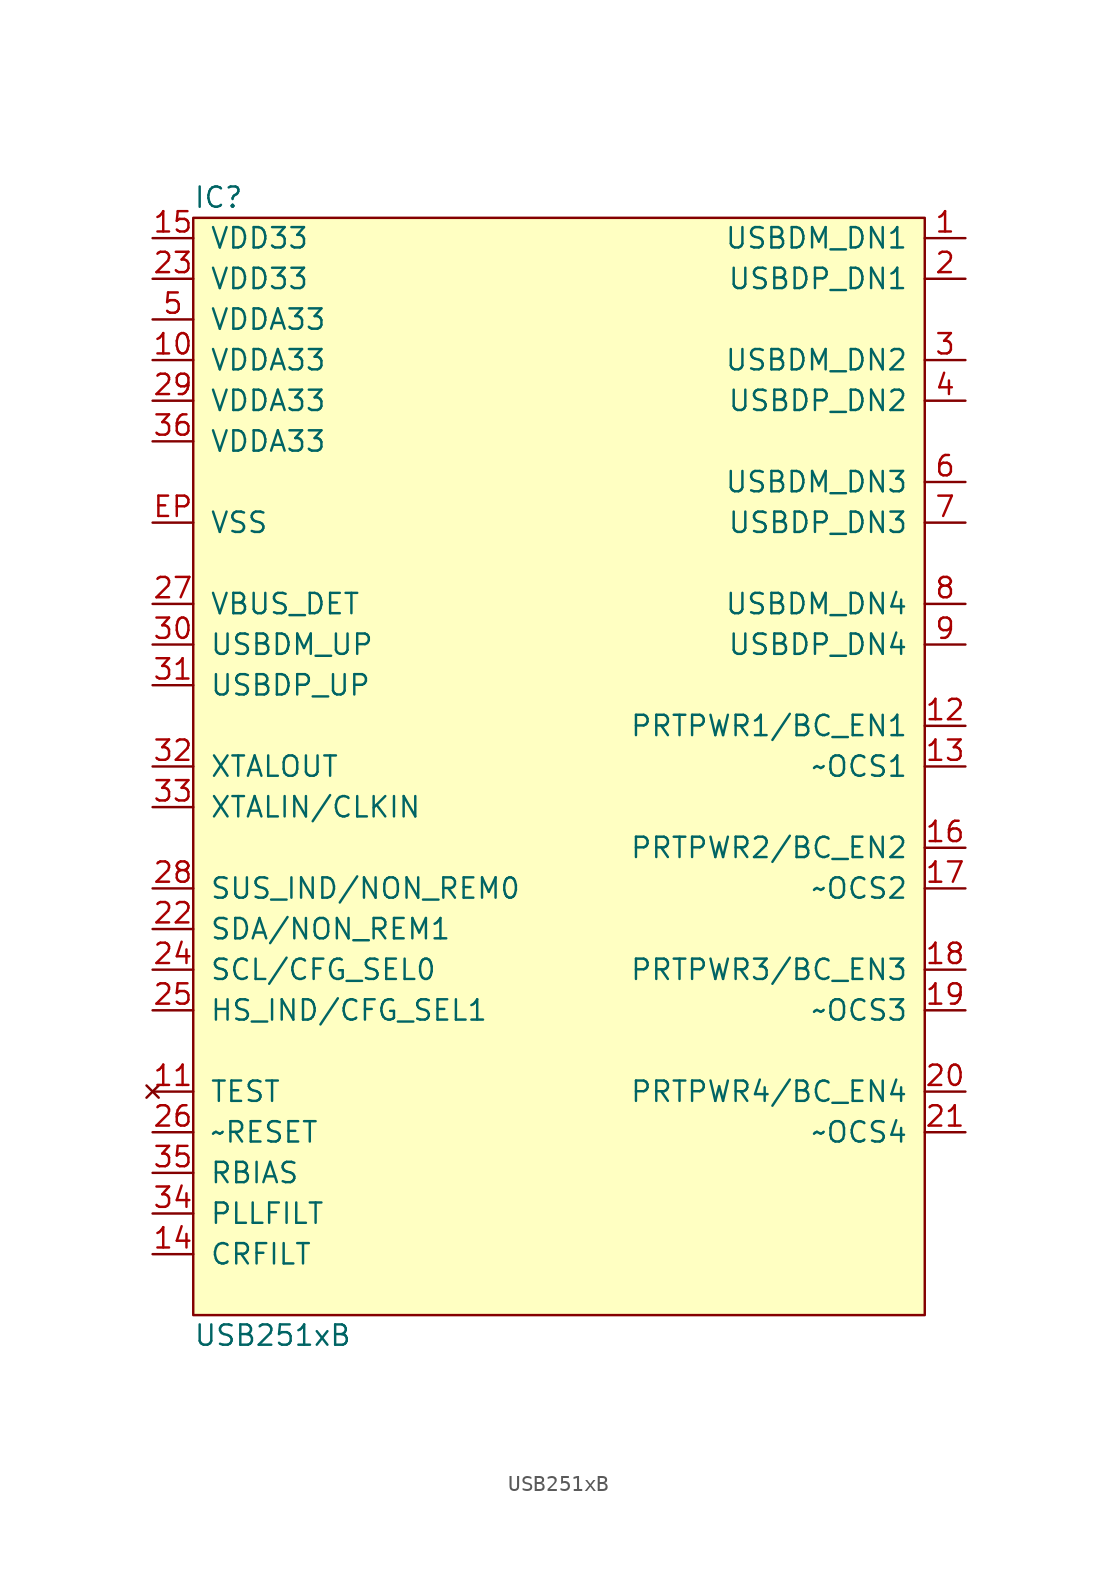
<source format=kicad_sym>
(kicad_symbol_lib
  (version 20211014)
  (generator agg_kicad.build_lib_ic)
  (symbol "USB251xB"
    (pin_names
      (offset 1.016))
    (property Reference IC
      (at -22.86 35.56 0)
      (effects (font (size 1.27 1.27)) (justify left)))
    (property Value "USB251xB"
      (at -22.86 -35.56 0)
      (effects (font (size 1.27 1.27)) (justify left)))
    (symbol "USB251xB_0_0"
      (rectangle (start -22.86 34.29) (end 22.86 -34.29) (stroke (width 0) (type default) (color 0 0 0 0)) (fill (type background)))
      (pin power_in line (at -25.4 33.02 0) (length 2.54) (name "VDD33" (effects (font (size 1.27 1.27)))) (number "15" (effects (font (size 1.27 1.27)))))
      (pin power_in line (at -25.4 30.48 0) (length 2.54) (name "VDD33" (effects (font (size 1.27 1.27)))) (number "23" (effects (font (size 1.27 1.27)))))
      (pin power_in line (at -25.4 27.94 0) (length 2.54) (name "VDDA33" (effects (font (size 1.27 1.27)))) (number "5" (effects (font (size 1.27 1.27)))))
      (pin power_in line (at -25.4 25.4 0) (length 2.54) (name "VDDA33" (effects (font (size 1.27 1.27)))) (number "10" (effects (font (size 1.27 1.27)))))
      (pin power_in line (at -25.4 22.86 0) (length 2.54) (name "VDDA33" (effects (font (size 1.27 1.27)))) (number "29" (effects (font (size 1.27 1.27)))))
      (pin power_in line (at -25.4 20.32 0) (length 2.54) (name "VDDA33" (effects (font (size 1.27 1.27)))) (number "36" (effects (font (size 1.27 1.27)))))
      (pin power_in line (at -25.4 15.24 0) (length 2.54) (name VSS (effects (font (size 1.27 1.27)))) (number EP (effects (font (size 1.27 1.27)))))
      (pin input line (at -25.4 10.16 0) (length 2.54) (name VBUS_DET (effects (font (size 1.27 1.27)))) (number "27" (effects (font (size 1.27 1.27)))))
      (pin bidirectional line (at -25.4 7.62 0) (length 2.54) (name USBDM_UP (effects (font (size 1.27 1.27)))) (number "30" (effects (font (size 1.27 1.27)))))
      (pin bidirectional line (at -25.4 5.08 0) (length 2.54) (name USBDP_UP (effects (font (size 1.27 1.27)))) (number "31" (effects (font (size 1.27 1.27)))))
      (pin output line (at -25.4 0 0) (length 2.54) (name XTALOUT (effects (font (size 1.27 1.27)))) (number "32" (effects (font (size 1.27 1.27)))))
      (pin input line (at -25.4 -2.54 0) (length 2.54) (name "XTALIN/CLKIN" (effects (font (size 1.27 1.27)))) (number "33" (effects (font (size 1.27 1.27)))))
      (pin bidirectional line (at -25.4 -7.62 0) (length 2.54) (name "SUS_IND/NON_REM0" (effects (font (size 1.27 1.27)))) (number "28" (effects (font (size 1.27 1.27)))))
      (pin bidirectional line (at -25.4 -10.16 0) (length 2.54) (name "SDA/NON_REM1" (effects (font (size 1.27 1.27)))) (number "22" (effects (font (size 1.27 1.27)))))
      (pin bidirectional line (at -25.4 -12.7 0) (length 2.54) (name "SCL/CFG_SEL0" (effects (font (size 1.27 1.27)))) (number "24" (effects (font (size 1.27 1.27)))))
      (pin bidirectional line (at -25.4 -15.24 0) (length 2.54) (name "HS_IND/CFG_SEL1" (effects (font (size 1.27 1.27)))) (number "25" (effects (font (size 1.27 1.27)))))
      (pin no_connect line (at -25.4 -20.32 0) (length 2.54) (name TEST (effects (font (size 1.27 1.27)))) (number "11" (effects (font (size 1.27 1.27)))))
      (pin input line (at -25.4 -22.86 0) (length 2.54) (name "~RESET" (effects (font (size 1.27 1.27)))) (number "26" (effects (font (size 1.27 1.27)))))
      (pin passive line (at -25.4 -25.4 0) (length 2.54) (name RBIAS (effects (font (size 1.27 1.27)))) (number "35" (effects (font (size 1.27 1.27)))))
      (pin passive line (at -25.4 -27.94 0) (length 2.54) (name PLLFILT (effects (font (size 1.27 1.27)))) (number "34" (effects (font (size 1.27 1.27)))))
      (pin passive line (at -25.4 -30.48 0) (length 2.54) (name CRFILT (effects (font (size 1.27 1.27)))) (number "14" (effects (font (size 1.27 1.27)))))
      (pin bidirectional line (at 25.4 33.02 180) (length 2.54) (name "USBDM_DN1" (effects (font (size 1.27 1.27)))) (number "1" (effects (font (size 1.27 1.27)))))
      (pin bidirectional line (at 25.4 30.48 180) (length 2.54) (name "USBDP_DN1" (effects (font (size 1.27 1.27)))) (number "2" (effects (font (size 1.27 1.27)))))
      (pin bidirectional line (at 25.4 25.4 180) (length 2.54) (name "USBDM_DN2" (effects (font (size 1.27 1.27)))) (number "3" (effects (font (size 1.27 1.27)))))
      (pin bidirectional line (at 25.4 22.86 180) (length 2.54) (name "USBDP_DN2" (effects (font (size 1.27 1.27)))) (number "4" (effects (font (size 1.27 1.27)))))
      (pin bidirectional line (at 25.4 17.78 180) (length 2.54) (name "USBDM_DN3" (effects (font (size 1.27 1.27)))) (number "6" (effects (font (size 1.27 1.27)))))
      (pin bidirectional line (at 25.4 15.24 180) (length 2.54) (name "USBDP_DN3" (effects (font (size 1.27 1.27)))) (number "7" (effects (font (size 1.27 1.27)))))
      (pin bidirectional line (at 25.4 10.16 180) (length 2.54) (name "USBDM_DN4" (effects (font (size 1.27 1.27)))) (number "8" (effects (font (size 1.27 1.27)))))
      (pin bidirectional line (at 25.4 7.62 180) (length 2.54) (name "USBDP_DN4" (effects (font (size 1.27 1.27)))) (number "9" (effects (font (size 1.27 1.27)))))
      (pin bidirectional line (at 25.4 2.54 180) (length 2.54) (name "PRTPWR1/BC_EN1" (effects (font (size 1.27 1.27)))) (number "12" (effects (font (size 1.27 1.27)))))
      (pin input line (at 25.4 0 180) (length 2.54) (name "~OCS1" (effects (font (size 1.27 1.27)))) (number "13" (effects (font (size 1.27 1.27)))))
      (pin bidirectional line (at 25.4 -5.08 180) (length 2.54) (name "PRTPWR2/BC_EN2" (effects (font (size 1.27 1.27)))) (number "16" (effects (font (size 1.27 1.27)))))
      (pin input line (at 25.4 -7.62 180) (length 2.54) (name "~OCS2" (effects (font (size 1.27 1.27)))) (number "17" (effects (font (size 1.27 1.27)))))
      (pin bidirectional line (at 25.4 -12.7 180) (length 2.54) (name "PRTPWR3/BC_EN3" (effects (font (size 1.27 1.27)))) (number "18" (effects (font (size 1.27 1.27)))))
      (pin input line (at 25.4 -15.24 180) (length 2.54) (name "~OCS3" (effects (font (size 1.27 1.27)))) (number "19" (effects (font (size 1.27 1.27)))))
      (pin bidirectional line (at 25.4 -20.32 180) (length 2.54) (name "PRTPWR4/BC_EN4" (effects (font (size 1.27 1.27)))) (number "20" (effects (font (size 1.27 1.27)))))
      (pin input line (at 25.4 -22.86 180) (length 2.54) (name "~OCS4" (effects (font (size 1.27 1.27)))) (number "21" (effects (font (size 1.27 1.27))))))))
</source>
